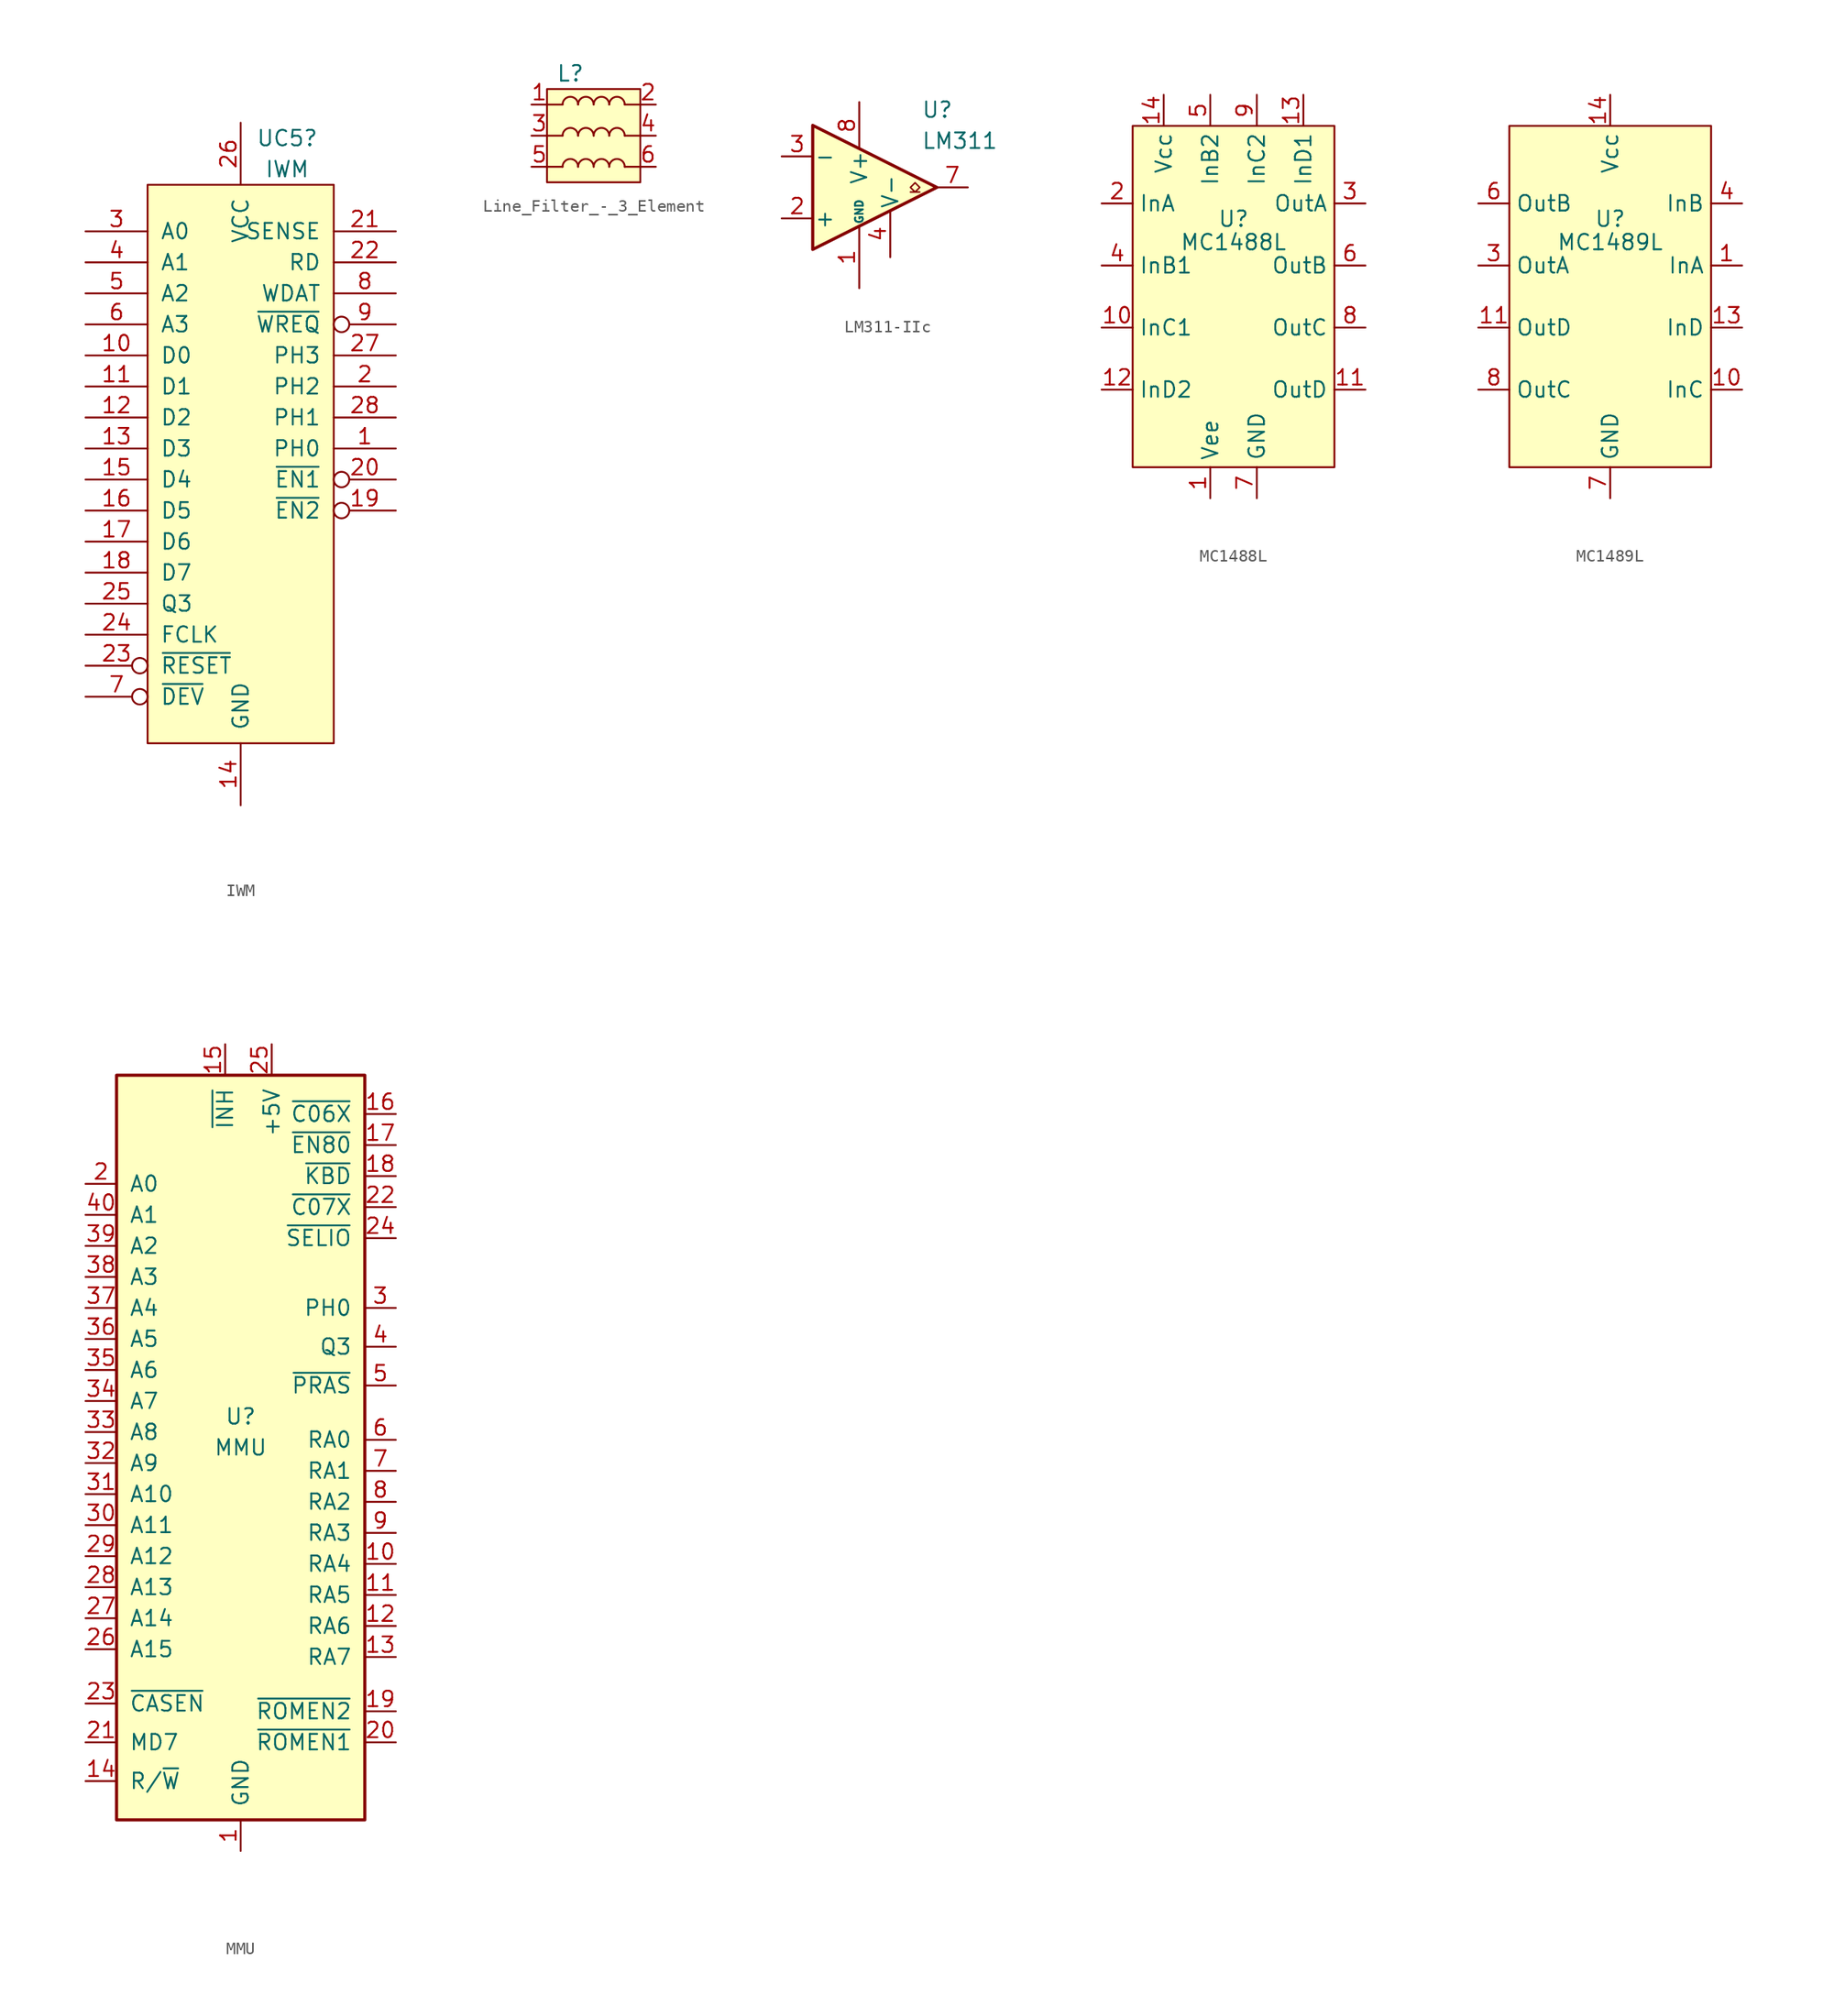
<source format=kicad_sym>
(kicad_symbol_lib
  (version 20220914)
  (generator kicad_symbol_editor)
  (symbol "IWM"
    (pin_names
      (offset 1.016))
    (property "Reference" "UC5"
      (at 3.81 27.94 0)
      (effects (font (size 1.27 1.27))))
    (property "Value" "IWM"
      (at 3.81 25.4 0)
      (effects (font (size 1.27 1.27))))
    (symbol "IWM_0_1"
      (rectangle (start -7.62 24.13) (end 7.62 -21.59) (stroke (width 0) (type default)) (fill (type background))))
    (symbol "IWM_1_1"
      (pin output line (at 12.7 2.54 180) (length 5.08) (name "PH0" (effects (font (size 1.27 1.27)))) (number "1" (effects (font (size 1.27 1.27)))))
      (pin bidirectional line (at -12.7 10.16 0) (length 5.08) (name "D0" (effects (font (size 1.27 1.27)))) (number "10" (effects (font (size 1.27 1.27)))))
      (pin bidirectional line (at -12.7 7.62 0) (length 5.08) (name "D1" (effects (font (size 1.27 1.27)))) (number "11" (effects (font (size 1.27 1.27)))))
      (pin bidirectional line (at -12.7 5.08 0) (length 5.08) (name "D2" (effects (font (size 1.27 1.27)))) (number "12" (effects (font (size 1.27 1.27)))))
      (pin bidirectional line (at -12.7 2.54 0) (length 5.08) (name "D3" (effects (font (size 1.27 1.27)))) (number "13" (effects (font (size 1.27 1.27)))))
      (pin power_in line (at 0 -26.67 90) (length 5.08) (name "GND" (effects (font (size 1.27 1.27)))) (number "14" (effects (font (size 1.27 1.27)))))
      (pin bidirectional line (at -12.7 0 0) (length 5.08) (name "D4" (effects (font (size 1.27 1.27)))) (number "15" (effects (font (size 1.27 1.27)))))
      (pin bidirectional line (at -12.7 -2.54 0) (length 5.08) (name "D5" (effects (font (size 1.27 1.27)))) (number "16" (effects (font (size 1.27 1.27)))))
      (pin bidirectional line (at -12.7 -5.08 0) (length 5.08) (name "D6" (effects (font (size 1.27 1.27)))) (number "17" (effects (font (size 1.27 1.27)))))
      (pin bidirectional line (at -12.7 -7.62 0) (length 5.08) (name "D7" (effects (font (size 1.27 1.27)))) (number "18" (effects (font (size 1.27 1.27)))))
      (pin input inverted (at 12.7 -2.54 180) (length 5.08) (name "~{EN2}" (effects (font (size 1.27 1.27)))) (number "19" (effects (font (size 1.27 1.27)))))
      (pin output line (at 12.7 7.62 180) (length 5.08) (name "PH2" (effects (font (size 1.27 1.27)))) (number "2" (effects (font (size 1.27 1.27)))))
      (pin input inverted (at 12.7 0 180) (length 5.08) (name "~{EN1}" (effects (font (size 1.27 1.27)))) (number "20" (effects (font (size 1.27 1.27)))))
      (pin input line (at 12.7 20.32 180) (length 5.08) (name "SENSE" (effects (font (size 1.27 1.27)))) (number "21" (effects (font (size 1.27 1.27)))))
      (pin input line (at 12.7 17.78 180) (length 5.08) (name "RD" (effects (font (size 1.27 1.27)))) (number "22" (effects (font (size 1.27 1.27)))))
      (pin input inverted (at -12.7 -15.24 0) (length 5.08) (name "~{RESET}" (effects (font (size 1.27 1.27)))) (number "23" (effects (font (size 1.27 1.27)))))
      (pin input line (at -12.7 -12.7 0) (length 5.08) (name "FCLK" (effects (font (size 1.27 1.27)))) (number "24" (effects (font (size 1.27 1.27)))))
      (pin input line (at -12.7 -10.16 0) (length 5.08) (name "Q3" (effects (font (size 1.27 1.27)))) (number "25" (effects (font (size 1.27 1.27)))))
      (pin power_in line (at 0 29.21 270) (length 5.08) (name "VCC" (effects (font (size 1.27 1.27)))) (number "26" (effects (font (size 1.27 1.27)))))
      (pin output line (at 12.7 10.16 180) (length 5.08) (name "PH3" (effects (font (size 1.27 1.27)))) (number "27" (effects (font (size 1.27 1.27)))))
      (pin output line (at 12.7 5.08 180) (length 5.08) (name "PH1" (effects (font (size 1.27 1.27)))) (number "28" (effects (font (size 1.27 1.27)))))
      (pin input line (at -12.7 20.32 0) (length 5.08) (name "A0" (effects (font (size 1.27 1.27)))) (number "3" (effects (font (size 1.27 1.27)))))
      (pin input line (at -12.7 17.78 0) (length 5.08) (name "A1" (effects (font (size 1.27 1.27)))) (number "4" (effects (font (size 1.27 1.27)))))
      (pin input line (at -12.7 15.24 0) (length 5.08) (name "A2" (effects (font (size 1.27 1.27)))) (number "5" (effects (font (size 1.27 1.27)))))
      (pin input line (at -12.7 12.7 0) (length 5.08) (name "A3" (effects (font (size 1.27 1.27)))) (number "6" (effects (font (size 1.27 1.27)))))
      (pin input inverted (at -12.7 -17.78 0) (length 5.08) (name "~{DEV}" (effects (font (size 1.27 1.27)))) (number "7" (effects (font (size 1.27 1.27)))))
      (pin output line (at 12.7 15.24 180) (length 5.08) (name "WDAT" (effects (font (size 1.27 1.27)))) (number "8" (effects (font (size 1.27 1.27)))))
      (pin input inverted (at 12.7 12.7 180) (length 5.08) (name "~{WREQ}" (effects (font (size 1.27 1.27)))) (number "9" (effects (font (size 1.27 1.27)))))))
  (symbol "Line_Filter_-_3_Element"
    (property "Reference" "L"
      (at -1.905 5.08 0)
      (effects (font (size 1.27 1.27))))
    (property "Value" ""
      (at 0 0 0)
      (effects (font (size 1.27 1.27))))
    (symbol "Line_Filter_-_3_Element_0_1"
      (rectangle (start -3.81 3.81) (end 3.81 -3.81) (stroke (width 0) (type default)) (fill (type background)))
      (arc (start -1.27 2.54) (mid -1.905 3.1723) (end -2.54 2.54) (stroke (width 0) (type default)) (fill (type none)))
      (polyline (pts (xy -2.54 -2.54) (xy -3.81 -2.54)) (stroke (width 0) (type default)) (fill (type none)))
      (polyline (pts (xy -2.54 0) (xy -3.81 0)) (stroke (width 0) (type default)) (fill (type none)))
      (polyline (pts (xy -2.54 2.54) (xy -3.81 2.54)) (stroke (width 0) (type default)) (fill (type none)))
      (polyline (pts (xy 2.54 -2.54) (xy 3.81 -2.54)) (stroke (width 0) (type default)) (fill (type none)))
      (polyline (pts (xy 2.54 0) (xy 3.81 0)) (stroke (width 0) (type default)) (fill (type none)))
      (polyline (pts (xy 2.54 2.54) (xy 3.81 2.54)) (stroke (width 0) (type default)) (fill (type none)))
      (arc (start 0 2.54) (mid -0.635 3.1723) (end -1.27 2.54) (stroke (width 0) (type default)) (fill (type none)))
      (arc (start 1.27 2.54) (mid 0.635 3.1723) (end 0 2.54) (stroke (width 0) (type default)) (fill (type none)))
      (arc (start 2.54 2.54) (mid 1.905 3.1723) (end 1.27 2.54) (stroke (width 0) (type default)) (fill (type none))))
    (symbol "Line_Filter_-_3_Element_1_1"
      (arc (start -1.27 -2.54) (mid -1.905 -1.9077) (end -2.54 -2.54) (stroke (width 0) (type default)) (fill (type none)))
      (arc (start -1.27 0) (mid -1.905 0.6323) (end -2.54 0) (stroke (width 0) (type default)) (fill (type none)))
      (arc (start 0 -2.54) (mid -0.635 -1.9077) (end -1.27 -2.54) (stroke (width 0) (type default)) (fill (type none)))
      (arc (start 0 0) (mid -0.635 0.6323) (end -1.27 0) (stroke (width 0) (type default)) (fill (type none)))
      (arc (start 1.27 -2.54) (mid 0.635 -1.9077) (end 0 -2.54) (stroke (width 0) (type default)) (fill (type none)))
      (arc (start 1.27 0) (mid 0.635 0.6323) (end 0 0) (stroke (width 0) (type default)) (fill (type none)))
      (arc (start 2.54 -2.54) (mid 1.905 -1.9077) (end 1.27 -2.54) (stroke (width 0) (type default)) (fill (type none)))
      (arc (start 2.54 0) (mid 1.905 0.6323) (end 1.27 0) (stroke (width 0) (type default)) (fill (type none)))
      (pin passive line (at -5.08 2.54 0) (length 1.27) (name "" (effects (font (size 1.27 1.27)))) (number "1" (effects (font (size 1.27 1.27)))))
      (pin passive line (at 5.08 2.54 180) (length 1.27) (name "" (effects (font (size 1.27 1.27)))) (number "2" (effects (font (size 1.27 1.27)))))
      (pin passive line (at -5.08 0 0) (length 1.27) (name "" (effects (font (size 1.27 1.27)))) (number "3" (effects (font (size 1.27 1.27)))))
      (pin passive line (at 5.08 0 180) (length 1.27) (name "" (effects (font (size 1.27 1.27)))) (number "4" (effects (font (size 1.27 1.27)))))
      (pin passive line (at -5.08 -2.54 0) (length 1.27) (name "" (effects (font (size 1.27 1.27)))) (number "5" (effects (font (size 1.27 1.27)))))
      (pin passive line (at 5.08 -2.54 180) (length 1.27) (name "" (effects (font (size 1.27 1.27)))) (number "6" (effects (font (size 1.27 1.27)))))))
  (symbol "LM311-IIc"
    (pin_names
      (offset 0.127))
    (property "Reference" "U"
      (at 3.81 6.35 0)
      (effects (font (size 1.27 1.27)) (justify left)))
    (property "Value" "LM311"
      (at 3.81 3.81 0)
      (effects (font (size 1.27 1.27)) (justify left)))
    (symbol "LM311-IIc_0_1"
      (polyline (pts (xy 5.08 0) (xy -5.08 5.08) (xy -5.08 -5.08) (xy 5.08 0)) (stroke (width 0.254) (type default)) (fill (type background)))
      (polyline (pts (xy 3.683 -0.381) (xy 3.302 -0.381) (xy 3.683 0) (xy 3.302 0.381) (xy 2.921 0) (xy 3.302 -0.381) (xy 2.921 -0.381)) (stroke (width 0.127) (type default)) (fill (type none))))
    (symbol "LM311-IIc_1_1"
      (pin passive line (at -1.27 -8.255 90) (length 5.08) (name "GND" (effects (font (size 0.635 0.635)))) (number "1" (effects (font (size 1.27 1.27)))))
      (pin input line (at -7.62 -2.54 0) (length 2.54) (name "+" (effects (font (size 1.27 1.27)))) (number "2" (effects (font (size 1.27 1.27)))))
      (pin input line (at -7.62 2.54 0) (length 2.54) (name "-" (effects (font (size 1.27 1.27)))) (number "3" (effects (font (size 1.27 1.27)))))
      (pin power_in line (at 1.27 -5.715 90) (length 3.81) (name "V-" (effects (font (size 1.27 1.27)))) (number "4" (effects (font (size 1.27 1.27)))))
      (pin no_connect line (at -3.81 9.525 270) (length 5.08) hide (name "BAL" (effects (font (size 0.635 0.635)))) (number "5" (effects (font (size 1.27 1.27)))))
      (pin no_connect line (at 2.54 7.62 270) (length 6.35) hide (name "STRB" (effects (font (size 0.508 0.508)))) (number "6" (effects (font (size 1.27 1.27)))))
      (pin open_collector line (at 7.62 0 180) (length 2.54) (name "~" (effects (font (size 1.27 1.27)))) (number "7" (effects (font (size 1.27 1.27)))))
      (pin power_in line (at -1.27 6.985 270) (length 3.81) (name "V+" (effects (font (size 1.27 1.27)))) (number "8" (effects (font (size 1.27 1.27)))))))
  (symbol "MC1488L"
    (property "Reference" "U"
      (at 0 6.35 0)
      (effects (font (size 1.27 1.27))))
    (property "Value" "MC1488L"
      (at 0 4.445 0)
      (effects (font (size 1.27 1.27))))
    (symbol "MC1488L_0_0"
      (pin power_in line (at -1.905 -16.51 90) (length 2.54) (name "Vee" (effects (font (size 1.27 1.27)))) (number "1" (effects (font (size 1.27 1.27)))))
      (pin input line (at -10.795 -2.54 0) (length 2.54) (name "InC1" (effects (font (size 1.27 1.27)))) (number "10" (effects (font (size 1.27 1.27)))))
      (pin output line (at 10.795 -7.62 180) (length 2.54) (name "OutD" (effects (font (size 1.27 1.27)))) (number "11" (effects (font (size 1.27 1.27)))))
      (pin input line (at -10.795 -7.62 0) (length 2.54) (name "InD2" (effects (font (size 1.27 1.27)))) (number "12" (effects (font (size 1.27 1.27)))))
      (pin input line (at 5.715 16.51 270) (length 2.54) (name "InD1" (effects (font (size 1.27 1.27)))) (number "13" (effects (font (size 1.27 1.27)))))
      (pin power_in line (at -5.715 16.51 270) (length 2.54) (name "Vcc" (effects (font (size 1.27 1.27)))) (number "14" (effects (font (size 1.27 1.27)))))
      (pin input line (at -10.795 7.62 0) (length 2.54) (name "InA" (effects (font (size 1.27 1.27)))) (number "2" (effects (font (size 1.27 1.27)))))
      (pin output line (at 10.795 7.62 180) (length 2.54) (name "OutA" (effects (font (size 1.27 1.27)))) (number "3" (effects (font (size 1.27 1.27)))))
      (pin input line (at -10.795 2.54 0) (length 2.54) (name "InB1" (effects (font (size 1.27 1.27)))) (number "4" (effects (font (size 1.27 1.27)))))
      (pin input line (at -1.905 16.51 270) (length 2.54) (name "InB2" (effects (font (size 1.27 1.27)))) (number "5" (effects (font (size 1.27 1.27)))))
      (pin output line (at 10.795 2.54 180) (length 2.54) (name "OutB" (effects (font (size 1.27 1.27)))) (number "6" (effects (font (size 1.27 1.27)))))
      (pin power_in line (at 1.905 -16.51 90) (length 2.54) (name "GND" (effects (font (size 1.27 1.27)))) (number "7" (effects (font (size 1.27 1.27)))))
      (pin output line (at 10.795 -2.54 180) (length 2.54) (name "OutC" (effects (font (size 1.27 1.27)))) (number "8" (effects (font (size 1.27 1.27)))))
      (pin input line (at 1.905 16.51 270) (length 2.54) (name "InC2" (effects (font (size 1.27 1.27)))) (number "9" (effects (font (size 1.27 1.27))))))
    (symbol "MC1488L_0_1"
      (rectangle (start -8.255 13.97) (end 8.255 -13.97) (stroke (width 0) (type default)) (fill (type background)))))
  (symbol "MC1489L"
    (property "Reference" "U"
      (at 0 6.35 0)
      (effects (font (size 1.27 1.27))))
    (property "Value" "MC1489L"
      (at 0 4.445 0)
      (effects (font (size 1.27 1.27))))
    (symbol "MC1489L_0_0"
      (pin input line (at 10.795 2.54 180) (length 2.54) (name "InA" (effects (font (size 1.27 1.27)))) (number "1" (effects (font (size 1.27 1.27)))))
      (pin input line (at 10.795 -7.62 180) (length 2.54) (name "InC" (effects (font (size 1.27 1.27)))) (number "10" (effects (font (size 1.27 1.27)))))
      (pin output line (at -10.795 -2.54 0) (length 2.54) (name "OutD" (effects (font (size 1.27 1.27)))) (number "11" (effects (font (size 1.27 1.27)))))
      (pin input line (at 10.795 -2.54 180) (length 2.54) (name "InD" (effects (font (size 1.27 1.27)))) (number "13" (effects (font (size 1.27 1.27)))))
      (pin power_in line (at 0 16.51 270) (length 2.54) (name "Vcc" (effects (font (size 1.27 1.27)))) (number "14" (effects (font (size 1.27 1.27)))))
      (pin output line (at -10.795 2.54 0) (length 2.54) (name "OutA" (effects (font (size 1.27 1.27)))) (number "3" (effects (font (size 1.27 1.27)))))
      (pin input line (at 10.795 7.62 180) (length 2.54) (name "InB" (effects (font (size 1.27 1.27)))) (number "4" (effects (font (size 1.27 1.27)))))
      (pin output line (at -10.795 7.62 0) (length 2.54) (name "OutB" (effects (font (size 1.27 1.27)))) (number "6" (effects (font (size 1.27 1.27)))))
      (pin power_in line (at 0 -16.51 90) (length 2.54) (name "GND" (effects (font (size 1.27 1.27)))) (number "7" (effects (font (size 1.27 1.27)))))
      (pin output line (at -10.795 -7.62 0) (length 2.54) (name "OutC" (effects (font (size 1.27 1.27)))) (number "8" (effects (font (size 1.27 1.27))))))
    (symbol "MC1489L_0_1"
      (rectangle (start -8.255 13.97) (end 8.255 -13.97) (stroke (width 0) (type default)) (fill (type background)))))
  (symbol "MMU"
    (pin_names
      (offset 1.016))
    (property "Reference" "U"
      (at 0 2.54 0)
      (effects (font (size 1.27 1.27))))
    (property "Value" "MMU"
      (at 0 0 0)
      (effects (font (size 1.27 1.27))))
    (symbol "MMU_0_1"
      (rectangle (start -10.16 30.48) (end 10.16 -30.48) (stroke (width 0.254) (type solid)) (fill (type background))))
    (symbol "MMU_1_1"
      (pin power_in line (at 0 -33.02 90) (length 2.54) (name "GND" (effects (font (size 1.27 1.27)))) (number "1" (effects (font (size 1.27 1.27)))))
      (pin output line (at 12.7 -9.525 180) (length 2.54) (name "RA4" (effects (font (size 1.27 1.27)))) (number "10" (effects (font (size 1.27 1.27)))))
      (pin output line (at 12.7 -12.065 180) (length 2.54) (name "RA5" (effects (font (size 1.27 1.27)))) (number "11" (effects (font (size 1.27 1.27)))))
      (pin output line (at 12.7 -14.605 180) (length 2.54) (name "RA6" (effects (font (size 1.27 1.27)))) (number "12" (effects (font (size 1.27 1.27)))))
      (pin output line (at 12.7 -17.145 180) (length 2.54) (name "RA7" (effects (font (size 1.27 1.27)))) (number "13" (effects (font (size 1.27 1.27)))))
      (pin input line (at -12.7 -27.305 0) (length 2.54) (name "R/~{W}" (effects (font (size 1.27 1.27)))) (number "14" (effects (font (size 1.27 1.27)))))
      (pin input line (at -1.27 33.02 270) (length 2.54) (name "~{INH}" (effects (font (size 1.27 1.27)))) (number "15" (effects (font (size 1.27 1.27)))))
      (pin output line (at 12.7 27.305 180) (length 2.54) (name "~{C06X}" (effects (font (size 1.27 1.27)))) (number "16" (effects (font (size 1.27 1.27)))))
      (pin output line (at 12.7 24.765 180) (length 2.54) (name "~{EN80}" (effects (font (size 1.27 1.27)))) (number "17" (effects (font (size 1.27 1.27)))))
      (pin output line (at 12.7 22.225 180) (length 2.54) (name "~{KBD}" (effects (font (size 1.27 1.27)))) (number "18" (effects (font (size 1.27 1.27)))))
      (pin output line (at 12.7 -21.59 180) (length 2.54) (name "~{ROMEN2}" (effects (font (size 1.27 1.27)))) (number "19" (effects (font (size 1.27 1.27)))))
      (pin input line (at -12.7 21.59 0) (length 2.54) (name "A0" (effects (font (size 1.27 1.27)))) (number "2" (effects (font (size 1.27 1.27)))))
      (pin output line (at 12.7 -24.13 180) (length 2.54) (name "~{ROMEN1}" (effects (font (size 1.27 1.27)))) (number "20" (effects (font (size 1.27 1.27)))))
      (pin tri_state line (at -12.7 -24.13 0) (length 2.54) (name "MD7" (effects (font (size 1.27 1.27)))) (number "21" (effects (font (size 1.27 1.27)))))
      (pin output line (at 12.7 19.685 180) (length 2.54) (name "~{C07X}" (effects (font (size 1.27 1.27)))) (number "22" (effects (font (size 1.27 1.27)))))
      (pin input line (at -12.7 -20.955 0) (length 2.54) (name "~{CASEN}" (effects (font (size 1.27 1.27)))) (number "23" (effects (font (size 1.27 1.27)))))
      (pin output line (at 12.7 17.145 180) (length 2.54) (name "~{SELIO}" (effects (font (size 1.27 1.27)))) (number "24" (effects (font (size 1.27 1.27)))))
      (pin power_in line (at 2.54 33.02 270) (length 2.54) (name "+5V" (effects (font (size 1.27 1.27)))) (number "25" (effects (font (size 1.27 1.27)))))
      (pin input line (at -12.7 -16.51 0) (length 2.54) (name "A15" (effects (font (size 1.27 1.27)))) (number "26" (effects (font (size 1.27 1.27)))))
      (pin input line (at -12.7 -13.97 0) (length 2.54) (name "A14" (effects (font (size 1.27 1.27)))) (number "27" (effects (font (size 1.27 1.27)))))
      (pin input line (at -12.7 -11.43 0) (length 2.54) (name "A13" (effects (font (size 1.27 1.27)))) (number "28" (effects (font (size 1.27 1.27)))))
      (pin input line (at -12.7 -8.89 0) (length 2.54) (name "A12" (effects (font (size 1.27 1.27)))) (number "29" (effects (font (size 1.27 1.27)))))
      (pin input line (at 12.7 11.43 180) (length 2.54) (name "PH0" (effects (font (size 1.27 1.27)))) (number "3" (effects (font (size 1.27 1.27)))))
      (pin input line (at -12.7 -6.35 0) (length 2.54) (name "A11" (effects (font (size 1.27 1.27)))) (number "30" (effects (font (size 1.27 1.27)))))
      (pin input line (at -12.7 -3.81 0) (length 2.54) (name "A10" (effects (font (size 1.27 1.27)))) (number "31" (effects (font (size 1.27 1.27)))))
      (pin input line (at -12.7 -1.27 0) (length 2.54) (name "A9" (effects (font (size 1.27 1.27)))) (number "32" (effects (font (size 1.27 1.27)))))
      (pin input line (at -12.7 1.27 0) (length 2.54) (name "A8" (effects (font (size 1.27 1.27)))) (number "33" (effects (font (size 1.27 1.27)))))
      (pin input line (at -12.7 3.81 0) (length 2.54) (name "A7" (effects (font (size 1.27 1.27)))) (number "34" (effects (font (size 1.27 1.27)))))
      (pin input line (at -12.7 6.35 0) (length 2.54) (name "A6" (effects (font (size 1.27 1.27)))) (number "35" (effects (font (size 1.27 1.27)))))
      (pin input line (at -12.7 8.89 0) (length 2.54) (name "A5" (effects (font (size 1.27 1.27)))) (number "36" (effects (font (size 1.27 1.27)))))
      (pin input line (at -12.7 11.43 0) (length 2.54) (name "A4" (effects (font (size 1.27 1.27)))) (number "37" (effects (font (size 1.27 1.27)))))
      (pin input line (at -12.7 13.97 0) (length 2.54) (name "A3" (effects (font (size 1.27 1.27)))) (number "38" (effects (font (size 1.27 1.27)))))
      (pin input line (at -12.7 16.51 0) (length 2.54) (name "A2" (effects (font (size 1.27 1.27)))) (number "39" (effects (font (size 1.27 1.27)))))
      (pin input line (at 12.7 8.255 180) (length 2.54) (name "Q3" (effects (font (size 1.27 1.27)))) (number "4" (effects (font (size 1.27 1.27)))))
      (pin input line (at -12.7 19.05 0) (length 2.54) (name "A1" (effects (font (size 1.27 1.27)))) (number "40" (effects (font (size 1.27 1.27)))))
      (pin output line (at 12.7 5.08 180) (length 2.54) (name "~{PRAS}" (effects (font (size 1.27 1.27)))) (number "5" (effects (font (size 1.27 1.27)))))
      (pin output line (at 12.7 0.635 180) (length 2.54) (name "RA0" (effects (font (size 1.27 1.27)))) (number "6" (effects (font (size 1.27 1.27)))))
      (pin output line (at 12.7 -1.905 180) (length 2.54) (name "RA1" (effects (font (size 1.27 1.27)))) (number "7" (effects (font (size 1.27 1.27)))))
      (pin output line (at 12.7 -4.445 180) (length 2.54) (name "RA2" (effects (font (size 1.27 1.27)))) (number "8" (effects (font (size 1.27 1.27)))))
      (pin output line (at 12.7 -6.985 180) (length 2.54) (name "RA3" (effects (font (size 1.27 1.27)))) (number "9" (effects (font (size 1.27 1.27))))))))
</source>
